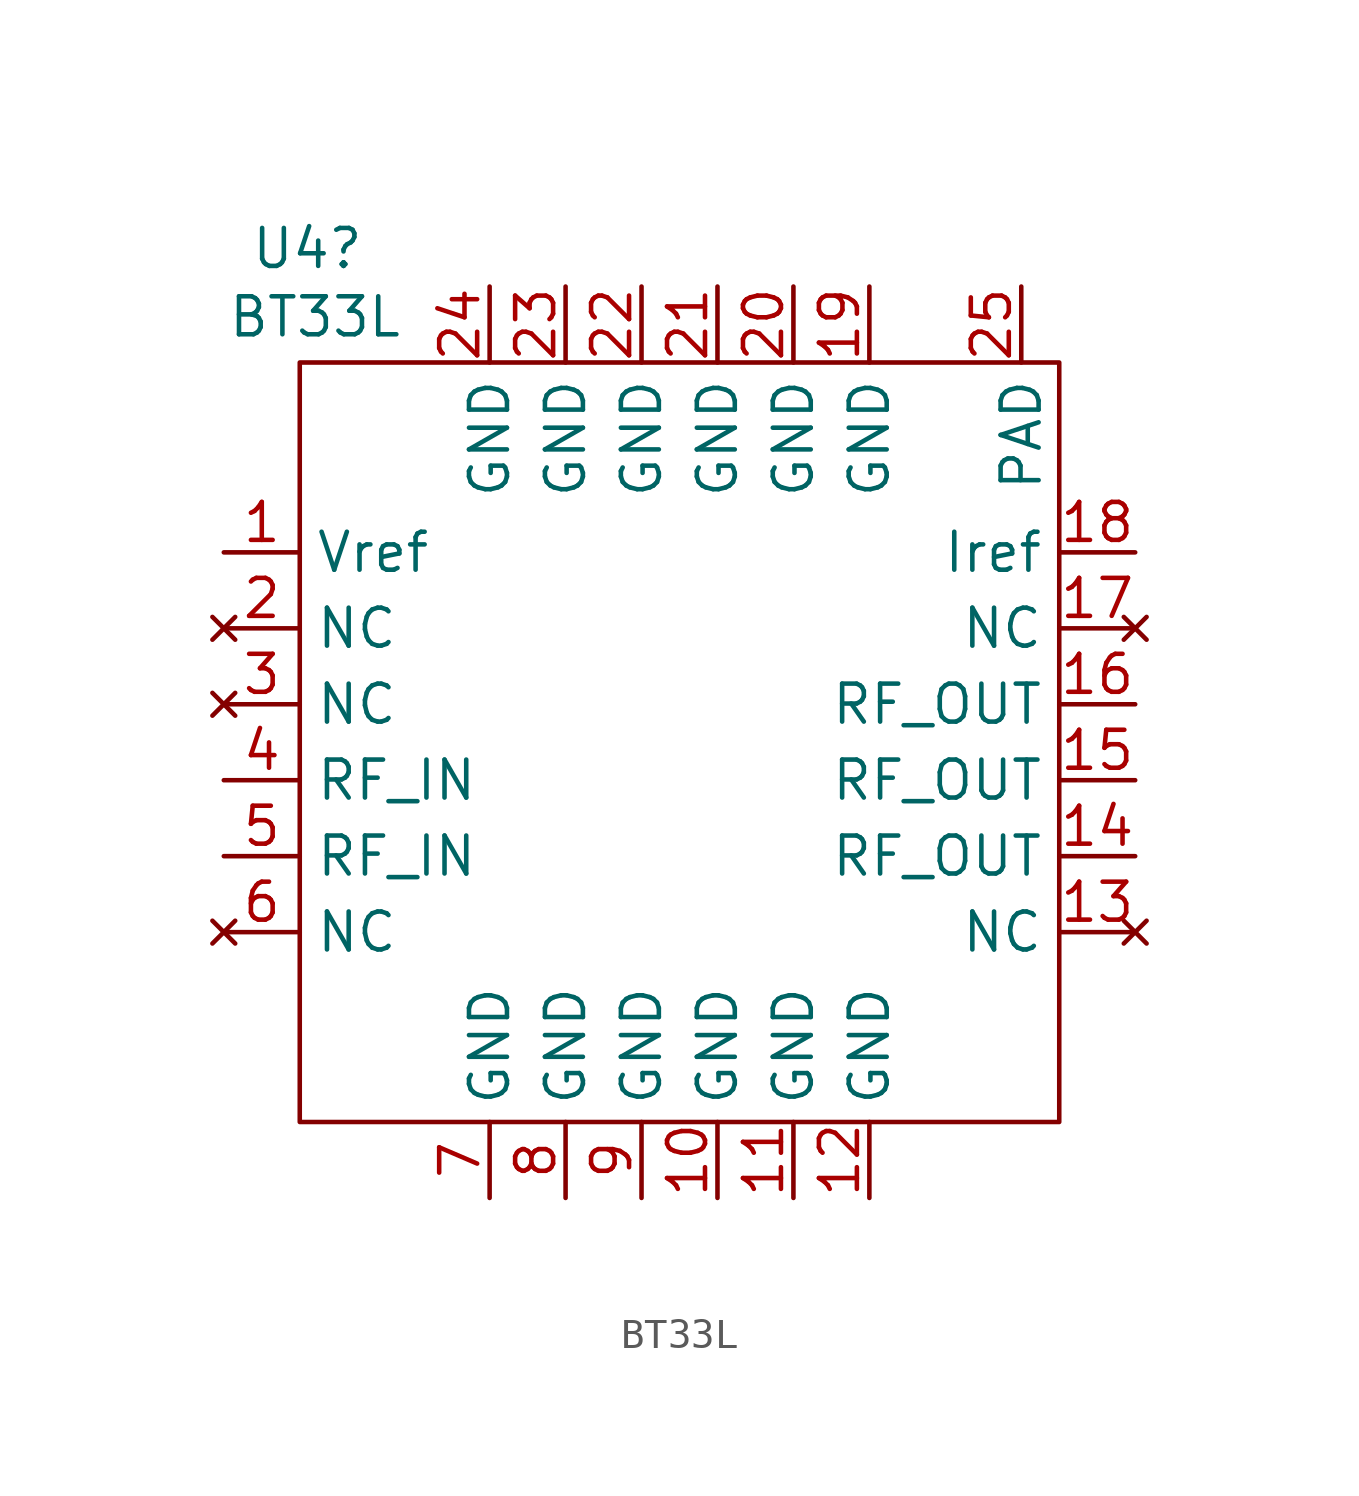
<source format=kicad_sym>
(kicad_symbol_lib
  (version 20241209)
  (generator "kicad_symbol_editor")
  (generator_version "9.0")
  (symbol "BT33L"
    (property "Reference" "U4"
      (at -12.446 5.08 0)
      (effects (font (size 1.27 1.27))))
    (property "Value" "BT33L"
      (at -12.192 2.794 0)
      (effects (font (size 1.27 1.27))))
    (symbol "BT33L_0_1"
      (rectangle (start -12.7 1.27) (end 12.7 -24.13) (stroke (width 0) (type default)) (fill (type none))))
    (symbol "BT33L_1_1"
      (pin input line (at -15.24 -5.08 0) (length 2.54) (name "Vref" (effects (font (size 1.27 1.27)))) (number "1" (effects (font (size 1.27 1.27)))))
      (pin no_connect line (at -15.24 -7.62 0) (length 2.54) (name "NC" (effects (font (size 1.27 1.27)))) (number "2" (effects (font (size 1.27 1.27)))))
      (pin no_connect line (at -15.24 -10.16 0) (length 2.54) (name "NC" (effects (font (size 1.27 1.27)))) (number "3" (effects (font (size 1.27 1.27)))))
      (pin input line (at -15.24 -12.7 0) (length 2.54) (name "RF_IN" (effects (font (size 1.27 1.27)))) (number "4" (effects (font (size 1.27 1.27)))))
      (pin input line (at -15.24 -15.24 0) (length 2.54) (name "RF_IN" (effects (font (size 1.27 1.27)))) (number "5" (effects (font (size 1.27 1.27)))))
      (pin no_connect line (at -15.24 -17.78 0) (length 2.54) (name "NC" (effects (font (size 1.27 1.27)))) (number "6" (effects (font (size 1.27 1.27)))))
      (pin power_in line (at -6.35 3.81 270) (length 2.54) (name "GND" (effects (font (size 1.27 1.27)))) (number "24" (effects (font (size 1.27 1.27)))))
      (pin power_in line (at -6.35 -26.67 90) (length 2.54) (name "GND" (effects (font (size 1.27 1.27)))) (number "7" (effects (font (size 1.27 1.27)))))
      (pin power_in line (at -3.81 3.81 270) (length 2.54) (name "GND" (effects (font (size 1.27 1.27)))) (number "23" (effects (font (size 1.27 1.27)))))
      (pin power_in line (at -3.81 -26.67 90) (length 2.54) (name "GND" (effects (font (size 1.27 1.27)))) (number "8" (effects (font (size 1.27 1.27)))))
      (pin power_in line (at -1.27 3.81 270) (length 2.54) (name "GND" (effects (font (size 1.27 1.27)))) (number "22" (effects (font (size 1.27 1.27)))))
      (pin power_in line (at -1.27 -26.67 90) (length 2.54) (name "GND" (effects (font (size 1.27 1.27)))) (number "9" (effects (font (size 1.27 1.27)))))
      (pin power_in line (at 1.27 3.81 270) (length 2.54) (name "GND" (effects (font (size 1.27 1.27)))) (number "21" (effects (font (size 1.27 1.27)))))
      (pin power_in line (at 1.27 -26.67 90) (length 2.54) (name "GND" (effects (font (size 1.27 1.27)))) (number "10" (effects (font (size 1.27 1.27)))))
      (pin power_in line (at 3.81 3.81 270) (length 2.54) (name "GND" (effects (font (size 1.27 1.27)))) (number "20" (effects (font (size 1.27 1.27)))))
      (pin power_in line (at 3.81 -26.67 90) (length 2.54) (name "GND" (effects (font (size 1.27 1.27)))) (number "11" (effects (font (size 1.27 1.27)))))
      (pin power_in line (at 6.35 3.81 270) (length 2.54) (name "GND" (effects (font (size 1.27 1.27)))) (number "19" (effects (font (size 1.27 1.27)))))
      (pin power_in line (at 6.35 -26.67 90) (length 2.54) (name "GND" (effects (font (size 1.27 1.27)))) (number "12" (effects (font (size 1.27 1.27)))))
      (pin power_in line (at 11.43 3.81 270) (length 2.54) (name "PAD" (effects (font (size 1.27 1.27)))) (number "25" (effects (font (size 1.27 1.27)))))
      (pin input line (at 15.24 -5.08 180) (length 2.54) (name "Iref" (effects (font (size 1.27 1.27)))) (number "18" (effects (font (size 1.27 1.27)))))
      (pin no_connect line (at 15.24 -7.62 180) (length 2.54) (name "NC" (effects (font (size 1.27 1.27)))) (number "17" (effects (font (size 1.27 1.27)))))
      (pin output line (at 15.24 -10.16 180) (length 2.54) (name "RF_OUT" (effects (font (size 1.27 1.27)))) (number "16" (effects (font (size 1.27 1.27)))))
      (pin output line (at 15.24 -12.7 180) (length 2.54) (name "RF_OUT" (effects (font (size 1.27 1.27)))) (number "15" (effects (font (size 1.27 1.27)))))
      (pin output line (at 15.24 -15.24 180) (length 2.54) (name "RF_OUT" (effects (font (size 1.27 1.27)))) (number "14" (effects (font (size 1.27 1.27)))))
      (pin no_connect line (at 15.24 -17.78 180) (length 2.54) (name "NC" (effects (font (size 1.27 1.27)))) (number "13" (effects (font (size 1.27 1.27))))))))
</source>
